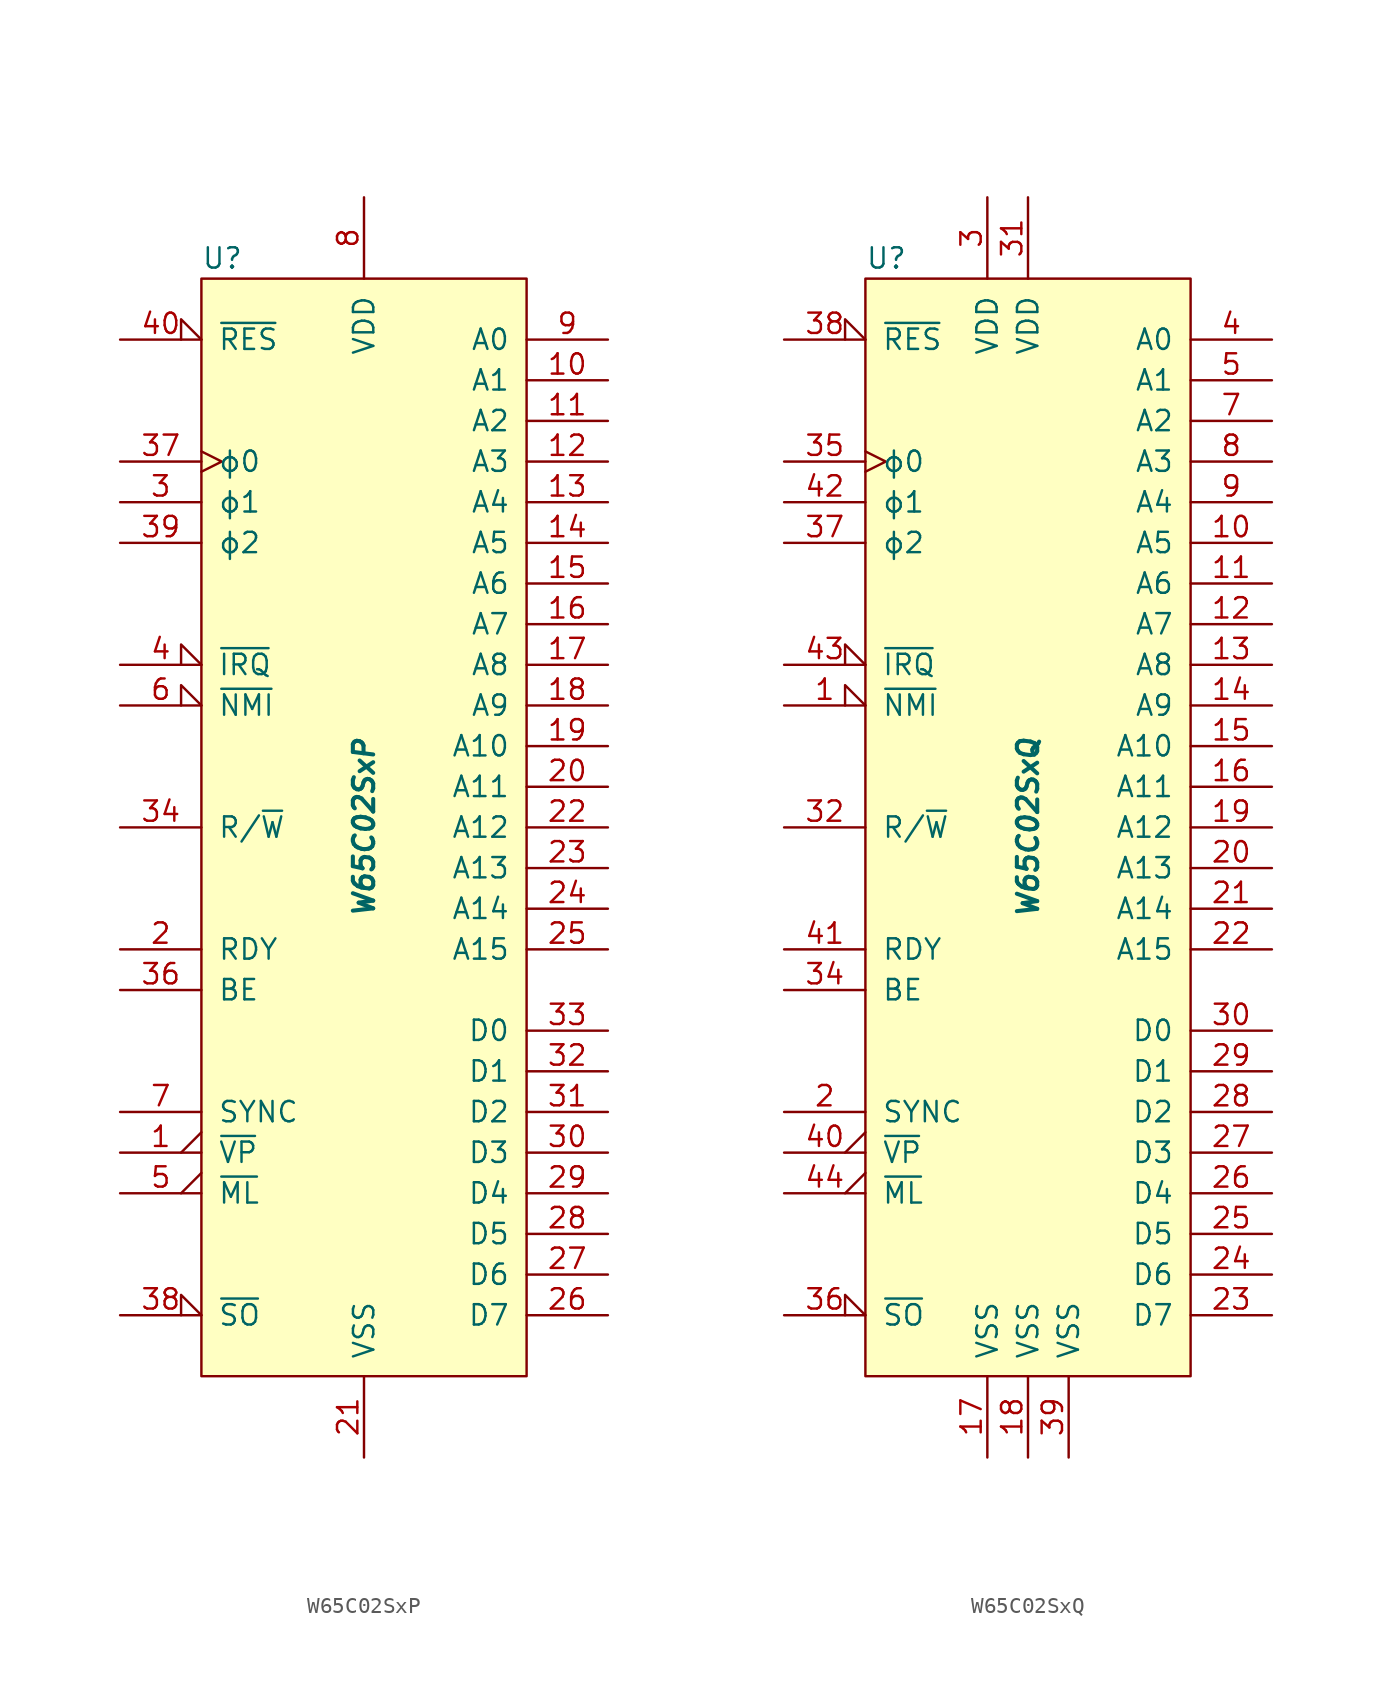
<source format=kicad_sym>
(kicad_symbol_lib
  (version 20201005)
  (generator kicad_symbol_editor)
  (symbol "W65C02SxP"
    (pin_names
      (offset 1.016))
    (property "Reference" "U"
      (at -10.16 35.56 0)
      (effects (font (size 1.27 1.27)) (justify left)))
    (property "Value" "W65C02SxP"
      (at 0 0 90)
      (effects (font (size 1.27 1.27) bold italic)))
    (symbol "W65C02SxP_0_1"
      (rectangle (start -10.16 34.29) (end 10.16 -34.29) (stroke (width 0)) (fill (type background))))
    (symbol "W65C02SxP_1_1"
      (pin output output_low (at -15.24 -20.32 0) (length 5.08) (name "~VP" (effects (font (size 1.27 1.27)))) (number "1" (effects (font (size 1.27 1.27)))))
      (pin tri_state line (at 15.24 27.94 180) (length 5.08) (name "A1" (effects (font (size 1.27 1.27)))) (number "10" (effects (font (size 1.27 1.27)))))
      (pin tri_state line (at 15.24 25.4 180) (length 5.08) (name "A2" (effects (font (size 1.27 1.27)))) (number "11" (effects (font (size 1.27 1.27)))))
      (pin tri_state line (at 15.24 22.86 180) (length 5.08) (name "A3" (effects (font (size 1.27 1.27)))) (number "12" (effects (font (size 1.27 1.27)))))
      (pin tri_state line (at 15.24 20.32 180) (length 5.08) (name "A4" (effects (font (size 1.27 1.27)))) (number "13" (effects (font (size 1.27 1.27)))))
      (pin tri_state line (at 15.24 17.78 180) (length 5.08) (name "A5" (effects (font (size 1.27 1.27)))) (number "14" (effects (font (size 1.27 1.27)))))
      (pin tri_state line (at 15.24 15.24 180) (length 5.08) (name "A6" (effects (font (size 1.27 1.27)))) (number "15" (effects (font (size 1.27 1.27)))))
      (pin tri_state line (at 15.24 12.7 180) (length 5.08) (name "A7" (effects (font (size 1.27 1.27)))) (number "16" (effects (font (size 1.27 1.27)))))
      (pin tri_state line (at 15.24 10.16 180) (length 5.08) (name "A8" (effects (font (size 1.27 1.27)))) (number "17" (effects (font (size 1.27 1.27)))))
      (pin tri_state line (at 15.24 7.62 180) (length 5.08) (name "A9" (effects (font (size 1.27 1.27)))) (number "18" (effects (font (size 1.27 1.27)))))
      (pin tri_state line (at 15.24 5.08 180) (length 5.08) (name "A10" (effects (font (size 1.27 1.27)))) (number "19" (effects (font (size 1.27 1.27)))))
      (pin open_collector line (at -15.24 -7.62 0) (length 5.08) (name "RDY" (effects (font (size 1.27 1.27)))) (number "2" (effects (font (size 1.27 1.27)))))
      (pin tri_state line (at 15.24 2.54 180) (length 5.08) (name "A11" (effects (font (size 1.27 1.27)))) (number "20" (effects (font (size 1.27 1.27)))))
      (pin power_in line (at 0 -39.37 90) (length 5.08) (name "VSS" (effects (font (size 1.27 1.27)))) (number "21" (effects (font (size 1.27 1.27)))))
      (pin tri_state line (at 15.24 0 180) (length 5.08) (name "A12" (effects (font (size 1.27 1.27)))) (number "22" (effects (font (size 1.27 1.27)))))
      (pin tri_state line (at 15.24 -2.54 180) (length 5.08) (name "A13" (effects (font (size 1.27 1.27)))) (number "23" (effects (font (size 1.27 1.27)))))
      (pin tri_state line (at 15.24 -5.08 180) (length 5.08) (name "A14" (effects (font (size 1.27 1.27)))) (number "24" (effects (font (size 1.27 1.27)))))
      (pin tri_state line (at 15.24 -7.62 180) (length 5.08) (name "A15" (effects (font (size 1.27 1.27)))) (number "25" (effects (font (size 1.27 1.27)))))
      (pin bidirectional line (at 15.24 -30.48 180) (length 5.08) (name "D7" (effects (font (size 1.27 1.27)))) (number "26" (effects (font (size 1.27 1.27)))))
      (pin bidirectional line (at 15.24 -27.94 180) (length 5.08) (name "D6" (effects (font (size 1.27 1.27)))) (number "27" (effects (font (size 1.27 1.27)))))
      (pin bidirectional line (at 15.24 -25.4 180) (length 5.08) (name "D5" (effects (font (size 1.27 1.27)))) (number "28" (effects (font (size 1.27 1.27)))))
      (pin bidirectional line (at 15.24 -22.86 180) (length 5.08) (name "D4" (effects (font (size 1.27 1.27)))) (number "29" (effects (font (size 1.27 1.27)))))
      (pin output line (at -15.24 20.32 0) (length 5.08) (name "ϕ1" (effects (font (size 1.27 1.27)))) (number "3" (effects (font (size 1.27 1.27)))))
      (pin bidirectional line (at 15.24 -20.32 180) (length 5.08) (name "D3" (effects (font (size 1.27 1.27)))) (number "30" (effects (font (size 1.27 1.27)))))
      (pin bidirectional line (at 15.24 -17.78 180) (length 5.08) (name "D2" (effects (font (size 1.27 1.27)))) (number "31" (effects (font (size 1.27 1.27)))))
      (pin bidirectional line (at 15.24 -15.24 180) (length 5.08) (name "D1" (effects (font (size 1.27 1.27)))) (number "32" (effects (font (size 1.27 1.27)))))
      (pin bidirectional line (at 15.24 -12.7 180) (length 5.08) (name "D0" (effects (font (size 1.27 1.27)))) (number "33" (effects (font (size 1.27 1.27)))))
      (pin tri_state line (at -15.24 0 0) (length 5.08) (name "R/~W" (effects (font (size 1.27 1.27)))) (number "34" (effects (font (size 1.27 1.27)))))
      (pin unconnected non_logic (at -10.16 -27.94 0) (length 2.54) hide (name "nc" (effects (font (size 1.27 1.27)))) (number "35" (effects (font (size 1.27 1.27)))))
      (pin input line (at -15.24 -10.16 0) (length 5.08) (name "BE" (effects (font (size 1.27 1.27)))) (number "36" (effects (font (size 1.27 1.27)))))
      (pin input clock (at -15.24 22.86 0) (length 5.08) (name "ϕ0" (effects (font (size 1.27 1.27)))) (number "37" (effects (font (size 1.27 1.27)))))
      (pin input input_low (at -15.24 -30.48 0) (length 5.08) (name "~SO" (effects (font (size 1.27 1.27)))) (number "38" (effects (font (size 1.27 1.27)))))
      (pin output line (at -15.24 17.78 0) (length 5.08) (name "ϕ2" (effects (font (size 1.27 1.27)))) (number "39" (effects (font (size 1.27 1.27)))))
      (pin input input_low (at -15.24 10.16 0) (length 5.08) (name "~IRQ" (effects (font (size 1.27 1.27)))) (number "4" (effects (font (size 1.27 1.27)))))
      (pin input input_low (at -15.24 30.48 0) (length 5.08) (name "~RES" (effects (font (size 1.27 1.27)))) (number "40" (effects (font (size 1.27 1.27)))))
      (pin output output_low (at -15.24 -22.86 0) (length 5.08) (name "~ML" (effects (font (size 1.27 1.27)))) (number "5" (effects (font (size 1.27 1.27)))))
      (pin input input_low (at -15.24 7.62 0) (length 5.08) (name "~NMI" (effects (font (size 1.27 1.27)))) (number "6" (effects (font (size 1.27 1.27)))))
      (pin output line (at -15.24 -17.78 0) (length 5.08) (name "SYNC" (effects (font (size 1.27 1.27)))) (number "7" (effects (font (size 1.27 1.27)))))
      (pin power_in line (at 0 39.37 270) (length 5.08) (name "VDD" (effects (font (size 1.27 1.27)))) (number "8" (effects (font (size 1.27 1.27)))))
      (pin tri_state line (at 15.24 30.48 180) (length 5.08) (name "A0" (effects (font (size 1.27 1.27)))) (number "9" (effects (font (size 1.27 1.27)))))))
  (symbol "W65C02SxQ"
    (pin_names
      (offset 1.016))
    (property "Reference" "U"
      (at -10.16 35.56 0)
      (effects (font (size 1.27 1.27)) (justify left)))
    (property "Value" "W65C02SxQ"
      (at 0 0 90)
      (effects (font (size 1.27 1.27) bold italic)))
    (symbol "W65C02SxQ_0_1"
      (rectangle (start -10.16 34.29) (end 10.16 -34.29) (stroke (width 0)) (fill (type background))))
    (symbol "W65C02SxQ_1_1"
      (pin input input_low (at -15.24 7.62 0) (length 5.08) (name "~NMI" (effects (font (size 1.27 1.27)))) (number "1" (effects (font (size 1.27 1.27)))))
      (pin tri_state line (at 15.24 17.78 180) (length 5.08) (name "A5" (effects (font (size 1.27 1.27)))) (number "10" (effects (font (size 1.27 1.27)))))
      (pin tri_state line (at 15.24 15.24 180) (length 5.08) (name "A6" (effects (font (size 1.27 1.27)))) (number "11" (effects (font (size 1.27 1.27)))))
      (pin tri_state line (at 15.24 12.7 180) (length 5.08) (name "A7" (effects (font (size 1.27 1.27)))) (number "12" (effects (font (size 1.27 1.27)))))
      (pin tri_state line (at 15.24 10.16 180) (length 5.08) (name "A8" (effects (font (size 1.27 1.27)))) (number "13" (effects (font (size 1.27 1.27)))))
      (pin tri_state line (at 15.24 7.62 180) (length 5.08) (name "A9" (effects (font (size 1.27 1.27)))) (number "14" (effects (font (size 1.27 1.27)))))
      (pin tri_state line (at 15.24 5.08 180) (length 5.08) (name "A10" (effects (font (size 1.27 1.27)))) (number "15" (effects (font (size 1.27 1.27)))))
      (pin tri_state line (at 15.24 2.54 180) (length 5.08) (name "A11" (effects (font (size 1.27 1.27)))) (number "16" (effects (font (size 1.27 1.27)))))
      (pin power_in line (at -2.54 -39.37 90) (length 5.08) (name "VSS" (effects (font (size 1.27 1.27)))) (number "17" (effects (font (size 1.27 1.27)))))
      (pin power_in line (at 0 -39.37 90) (length 5.08) (name "VSS" (effects (font (size 1.27 1.27)))) (number "18" (effects (font (size 1.27 1.27)))))
      (pin tri_state line (at 15.24 0 180) (length 5.08) (name "A12" (effects (font (size 1.27 1.27)))) (number "19" (effects (font (size 1.27 1.27)))))
      (pin output line (at -15.24 -17.78 0) (length 5.08) (name "SYNC" (effects (font (size 1.27 1.27)))) (number "2" (effects (font (size 1.27 1.27)))))
      (pin tri_state line (at 15.24 -2.54 180) (length 5.08) (name "A13" (effects (font (size 1.27 1.27)))) (number "20" (effects (font (size 1.27 1.27)))))
      (pin tri_state line (at 15.24 -5.08 180) (length 5.08) (name "A14" (effects (font (size 1.27 1.27)))) (number "21" (effects (font (size 1.27 1.27)))))
      (pin tri_state line (at 15.24 -7.62 180) (length 5.08) (name "A15" (effects (font (size 1.27 1.27)))) (number "22" (effects (font (size 1.27 1.27)))))
      (pin bidirectional line (at 15.24 -30.48 180) (length 5.08) (name "D7" (effects (font (size 1.27 1.27)))) (number "23" (effects (font (size 1.27 1.27)))))
      (pin bidirectional line (at 15.24 -27.94 180) (length 5.08) (name "D6" (effects (font (size 1.27 1.27)))) (number "24" (effects (font (size 1.27 1.27)))))
      (pin bidirectional line (at 15.24 -25.4 180) (length 5.08) (name "D5" (effects (font (size 1.27 1.27)))) (number "25" (effects (font (size 1.27 1.27)))))
      (pin bidirectional line (at 15.24 -22.86 180) (length 5.08) (name "D4" (effects (font (size 1.27 1.27)))) (number "26" (effects (font (size 1.27 1.27)))))
      (pin bidirectional line (at 15.24 -20.32 180) (length 5.08) (name "D3" (effects (font (size 1.27 1.27)))) (number "27" (effects (font (size 1.27 1.27)))))
      (pin bidirectional line (at 15.24 -17.78 180) (length 5.08) (name "D2" (effects (font (size 1.27 1.27)))) (number "28" (effects (font (size 1.27 1.27)))))
      (pin bidirectional line (at 15.24 -15.24 180) (length 5.08) (name "D1" (effects (font (size 1.27 1.27)))) (number "29" (effects (font (size 1.27 1.27)))))
      (pin power_in line (at -2.54 39.37 270) (length 5.08) (name "VDD" (effects (font (size 1.27 1.27)))) (number "3" (effects (font (size 1.27 1.27)))))
      (pin bidirectional line (at 15.24 -12.7 180) (length 5.08) (name "D0" (effects (font (size 1.27 1.27)))) (number "30" (effects (font (size 1.27 1.27)))))
      (pin power_in line (at 0 39.37 270) (length 5.08) (name "VDD" (effects (font (size 1.27 1.27)))) (number "31" (effects (font (size 1.27 1.27)))))
      (pin tri_state line (at -15.24 0 0) (length 5.08) (name "R/~W" (effects (font (size 1.27 1.27)))) (number "32" (effects (font (size 1.27 1.27)))))
      (pin unconnected non_logic (at -10.16 -27.94 0) (length 2.54) hide (name "nc" (effects (font (size 1.27 1.27)))) (number "33" (effects (font (size 1.27 1.27)))))
      (pin input line (at -15.24 -10.16 0) (length 5.08) (name "BE" (effects (font (size 1.27 1.27)))) (number "34" (effects (font (size 1.27 1.27)))))
      (pin input clock (at -15.24 22.86 0) (length 5.08) (name "ϕ0" (effects (font (size 1.27 1.27)))) (number "35" (effects (font (size 1.27 1.27)))))
      (pin input input_low (at -15.24 -30.48 0) (length 5.08) (name "~SO" (effects (font (size 1.27 1.27)))) (number "36" (effects (font (size 1.27 1.27)))))
      (pin output line (at -15.24 17.78 0) (length 5.08) (name "ϕ2" (effects (font (size 1.27 1.27)))) (number "37" (effects (font (size 1.27 1.27)))))
      (pin input input_low (at -15.24 30.48 0) (length 5.08) (name "~RES" (effects (font (size 1.27 1.27)))) (number "38" (effects (font (size 1.27 1.27)))))
      (pin power_in line (at 2.54 -39.37 90) (length 5.08) (name "VSS" (effects (font (size 1.27 1.27)))) (number "39" (effects (font (size 1.27 1.27)))))
      (pin tri_state line (at 15.24 30.48 180) (length 5.08) (name "A0" (effects (font (size 1.27 1.27)))) (number "4" (effects (font (size 1.27 1.27)))))
      (pin output output_low (at -15.24 -20.32 0) (length 5.08) (name "~VP" (effects (font (size 1.27 1.27)))) (number "40" (effects (font (size 1.27 1.27)))))
      (pin open_collector line (at -15.24 -7.62 0) (length 5.08) (name "RDY" (effects (font (size 1.27 1.27)))) (number "41" (effects (font (size 1.27 1.27)))))
      (pin output line (at -15.24 20.32 0) (length 5.08) (name "ϕ1" (effects (font (size 1.27 1.27)))) (number "42" (effects (font (size 1.27 1.27)))))
      (pin input input_low (at -15.24 10.16 0) (length 5.08) (name "~IRQ" (effects (font (size 1.27 1.27)))) (number "43" (effects (font (size 1.27 1.27)))))
      (pin output output_low (at -15.24 -22.86 0) (length 5.08) (name "~ML" (effects (font (size 1.27 1.27)))) (number "44" (effects (font (size 1.27 1.27)))))
      (pin tri_state line (at 15.24 27.94 180) (length 5.08) (name "A1" (effects (font (size 1.27 1.27)))) (number "5" (effects (font (size 1.27 1.27)))))
      (pin unconnected non_logic (at -10.16 -25.4 0) (length 2.54) hide (name "nc" (effects (font (size 1.27 1.27)))) (number "6" (effects (font (size 1.27 1.27)))))
      (pin tri_state line (at 15.24 25.4 180) (length 5.08) (name "A2" (effects (font (size 1.27 1.27)))) (number "7" (effects (font (size 1.27 1.27)))))
      (pin tri_state line (at 15.24 22.86 180) (length 5.08) (name "A3" (effects (font (size 1.27 1.27)))) (number "8" (effects (font (size 1.27 1.27)))))
      (pin tri_state line (at 15.24 20.32 180) (length 5.08) (name "A4" (effects (font (size 1.27 1.27)))) (number "9" (effects (font (size 1.27 1.27))))))))
</source>
